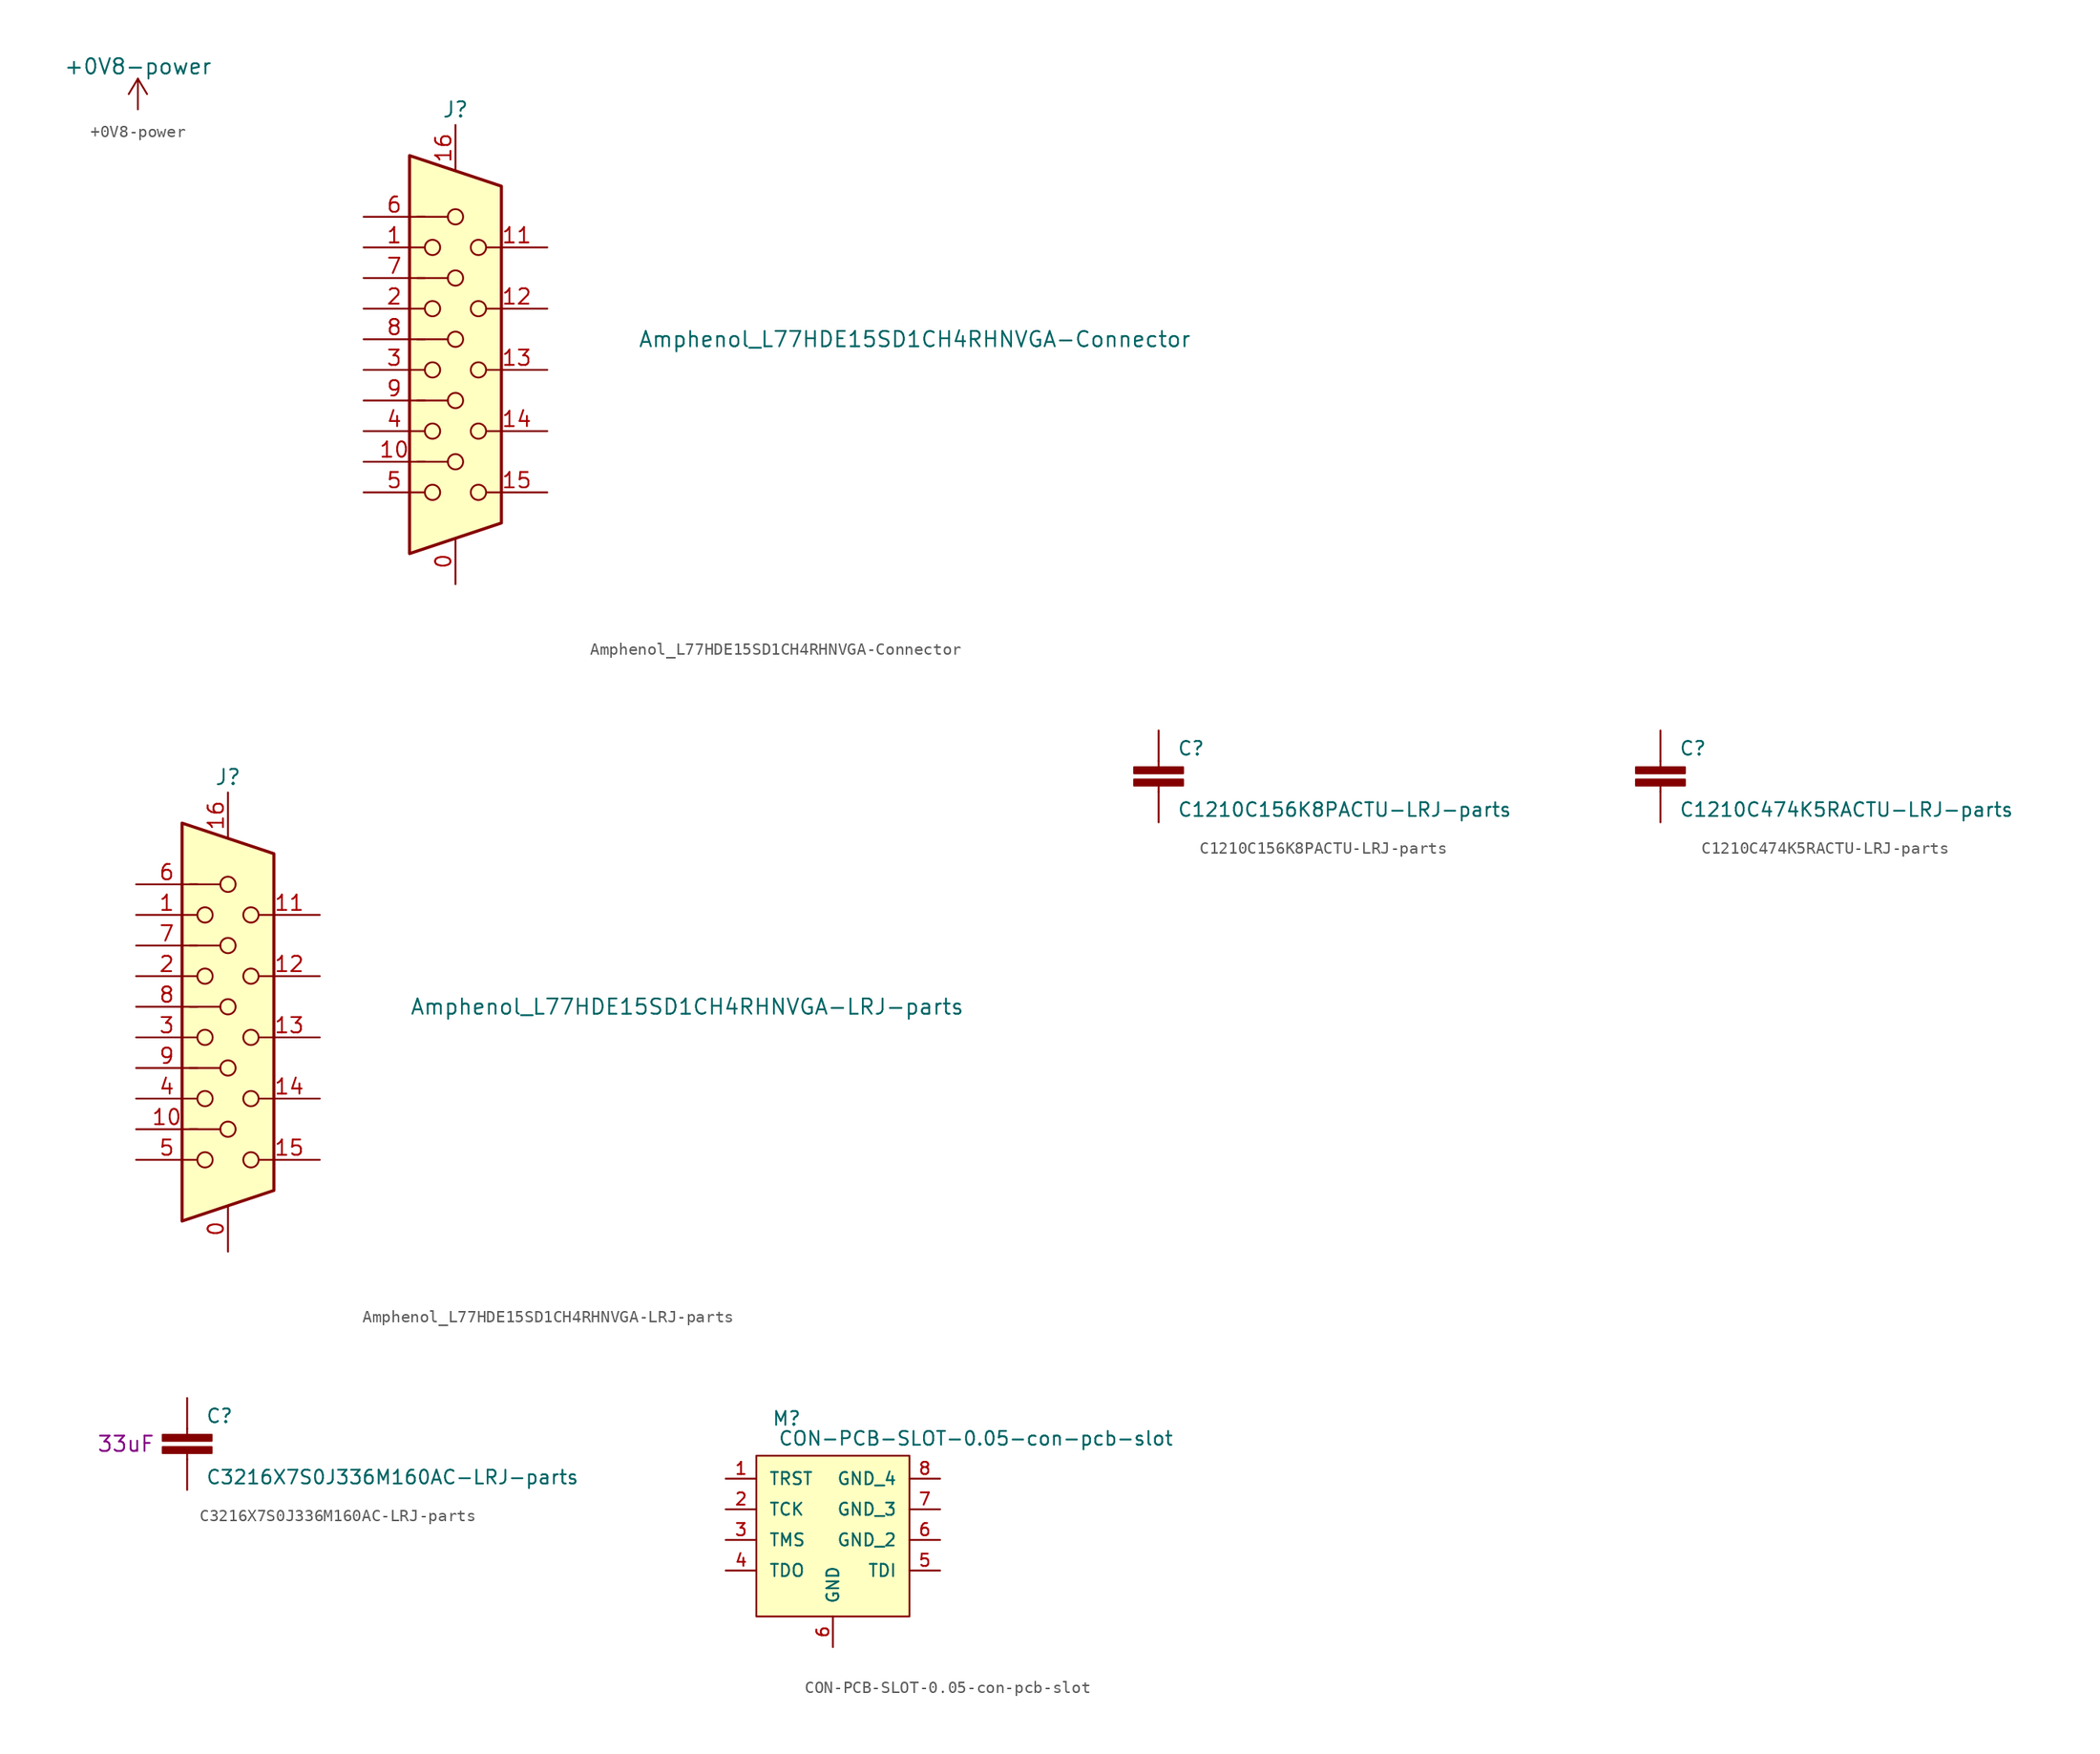
<source format=kicad_sym>
(kicad_symbol_lib
  (version 20211014)
  (generator kicad_symbol_editor)
  (symbol "+0V8-power"
    (power)
    (pin_names
      (offset 0))
    (property "Reference" "#PWR"
      (at 0 -3.81 0)
      (effects (font (size 1.27 1.27)) hide))
    (property "Value" "+0V8-power"
      (at 0 3.556 0)
      (effects (font (size 1.27 1.27))))
    (symbol "+0V8-power_1_1"
      (polyline (pts (xy -0.762 1.27) (xy 0 2.54)) (stroke (width 0) (type default) (color 0 0 0 0)) (fill (type none)))
      (polyline (pts (xy 0 0) (xy 0 2.54)) (stroke (width 0) (type default) (color 0 0 0 0)) (fill (type none)))
      (polyline (pts (xy 0 2.54) (xy 0.762 1.27)) (stroke (width 0) (type default) (color 0 0 0 0)) (fill (type none)))
      (pin power_in line (at 0 0 90) (length 0) hide (name "+0V8" (effects (font (size 1.27 1.27)))) (number "1" (effects (font (size 1.27 1.27)))))))
  (symbol "Amphenol_L77HDE15SD1CH4RHNVGA-Connector"
    (pin_names
      (offset 1.016) hide)
    (property "Reference" "J"
      (at 0 21.59 0)
      (effects (font (size 1.27 1.27))))
    (property "Value" "Amphenol_L77HDE15SD1CH4RHNVGA-Connector"
      (at 38.1 2.54 0)
      (effects (font (size 1.27 1.27))))
    (symbol "Amphenol_L77HDE15SD1CH4RHNVGA-Connector_0_1"
      (circle (center -1.905 -10.16) (radius 0.635) (stroke (width 0) (type default) (color 0 0 0 0)) (fill (type none)))
      (circle (center -1.905 -5.08) (radius 0.635) (stroke (width 0) (type default) (color 0 0 0 0)) (fill (type none)))
      (circle (center -1.905 0) (radius 0.635) (stroke (width 0) (type default) (color 0 0 0 0)) (fill (type none)))
      (circle (center -1.905 5.08) (radius 0.635) (stroke (width 0) (type default) (color 0 0 0 0)) (fill (type none)))
      (circle (center -1.905 10.16) (radius 0.635) (stroke (width 0) (type default) (color 0 0 0 0)) (fill (type none)))
      (circle (center 0 -7.62) (radius 0.635) (stroke (width 0) (type default) (color 0 0 0 0)) (fill (type none)))
      (circle (center 0 -2.54) (radius 0.635) (stroke (width 0) (type default) (color 0 0 0 0)) (fill (type none)))
      (polyline (pts (xy -3.175 7.62) (xy -0.635 7.62)) (stroke (width 0) (type default) (color 0 0 0 0)) (fill (type none)))
      (polyline (pts (xy -0.635 -7.62) (xy -3.175 -7.62)) (stroke (width 0) (type default) (color 0 0 0 0)) (fill (type none)))
      (polyline (pts (xy -0.635 -2.54) (xy -3.175 -2.54)) (stroke (width 0) (type default) (color 0 0 0 0)) (fill (type none)))
      (polyline (pts (xy -0.635 2.54) (xy -3.175 2.54)) (stroke (width 0) (type default) (color 0 0 0 0)) (fill (type none)))
      (polyline (pts (xy -0.635 12.7) (xy -3.175 12.7)) (stroke (width 0) (type default) (color 0 0 0 0)) (fill (type none)))
      (polyline (pts (xy -3.81 17.78) (xy -3.81 -15.24) (xy 3.81 -12.7) (xy 3.81 15.24) (xy -3.81 17.78)) (stroke (width 0.254) (type default) (color 0 0 0 0)) (fill (type background)))
      (circle (center 0 2.54) (radius 0.635) (stroke (width 0) (type default) (color 0 0 0 0)) (fill (type none)))
      (circle (center 0 7.62) (radius 0.635) (stroke (width 0) (type default) (color 0 0 0 0)) (fill (type none)))
      (circle (center 0 12.7) (radius 0.635) (stroke (width 0) (type default) (color 0 0 0 0)) (fill (type none)))
      (circle (center 1.905 -10.16) (radius 0.635) (stroke (width 0) (type default) (color 0 0 0 0)) (fill (type none)))
      (circle (center 1.905 -5.08) (radius 0.635) (stroke (width 0) (type default) (color 0 0 0 0)) (fill (type none)))
      (circle (center 1.905 0) (radius 0.635) (stroke (width 0) (type default) (color 0 0 0 0)) (fill (type none)))
      (circle (center 1.905 5.08) (radius 0.635) (stroke (width 0) (type default) (color 0 0 0 0)) (fill (type none)))
      (circle (center 1.905 10.16) (radius 0.635) (stroke (width 0) (type default) (color 0 0 0 0)) (fill (type none))))
    (symbol "Amphenol_L77HDE15SD1CH4RHNVGA-Connector_1_1"
      (pin power_in line (at 0 -17.78 90) (length 3.81) (name "GND-2" (effects (font (size 1.27 1.27)))) (number "0" (effects (font (size 1.27 1.27)))))
      (pin passive line (at -7.62 10.16 0) (length 5.08) (name "RED" (effects (font (size 1.27 1.27)))) (number "1" (effects (font (size 1.27 1.27)))))
      (pin passive line (at -7.62 -7.62 0) (length 5.08) (name "Sync_Ret/GND" (effects (font (size 1.27 1.27)))) (number "10" (effects (font (size 1.27 1.27)))))
      (pin passive line (at 7.62 10.16 180) (length 5.08) (name "~" (effects (font (size 1.27 1.27)))) (number "11" (effects (font (size 1.27 1.27)))))
      (pin passive line (at 7.62 5.08 180) (length 5.08) (name "~" (effects (font (size 1.27 1.27)))) (number "12" (effects (font (size 1.27 1.27)))))
      (pin passive line (at 7.62 0 180) (length 5.08) (name "Hor_Sync" (effects (font (size 1.27 1.27)))) (number "13" (effects (font (size 1.27 1.27)))))
      (pin passive line (at 7.62 -5.08 180) (length 5.08) (name "Ver_Sync" (effects (font (size 1.27 1.27)))) (number "14" (effects (font (size 1.27 1.27)))))
      (pin passive line (at 7.62 -10.16 180) (length 5.08) (name "~" (effects (font (size 1.27 1.27)))) (number "15" (effects (font (size 1.27 1.27)))))
      (pin power_in line (at 0 20.32 270) (length 3.81) (name "GND-1" (effects (font (size 1.27 1.27)))) (number "16" (effects (font (size 1.27 1.27)))))
      (pin passive line (at -7.62 5.08 0) (length 5.08) (name "GREEN" (effects (font (size 1.27 1.27)))) (number "2" (effects (font (size 1.27 1.27)))))
      (pin passive line (at -7.62 0 0) (length 5.08) (name "BLUE" (effects (font (size 1.27 1.27)))) (number "3" (effects (font (size 1.27 1.27)))))
      (pin passive line (at -7.62 -5.08 0) (length 5.08) (name "ID_Bit_2" (effects (font (size 1.27 1.27)))) (number "4" (effects (font (size 1.27 1.27)))))
      (pin power_in line (at -7.62 -10.16 0) (length 5.08) (name "GND_dig" (effects (font (size 1.27 1.27)))) (number "5" (effects (font (size 1.27 1.27)))))
      (pin power_in line (at -7.62 12.7 0) (length 5.08) (name "GND_r" (effects (font (size 1.27 1.27)))) (number "6" (effects (font (size 1.27 1.27)))))
      (pin power_in line (at -7.62 7.62 0) (length 5.08) (name "GND_g" (effects (font (size 1.27 1.27)))) (number "7" (effects (font (size 1.27 1.27)))))
      (pin power_in line (at -7.62 2.54 0) (length 5.08) (name "GND_b" (effects (font (size 1.27 1.27)))) (number "8" (effects (font (size 1.27 1.27)))))
      (pin power_in line (at -7.62 -2.54 0) (length 5.08) (name "DDC_+5V" (effects (font (size 1.27 1.27)))) (number "9" (effects (font (size 1.27 1.27)))))))
  (symbol "Amphenol_L77HDE15SD1CH4RHNVGA-LRJ-parts"
    (pin_names
      (offset 1.016) hide)
    (property "Reference" "J"
      (at 0 21.59 0)
      (effects (font (size 1.27 1.27))))
    (property "Value" "Amphenol_L77HDE15SD1CH4RHNVGA-LRJ-parts"
      (at 38.1 2.54 0)
      (effects (font (size 1.27 1.27))))
    (symbol "Amphenol_L77HDE15SD1CH4RHNVGA-LRJ-parts_0_1"
      (circle (center -1.905 -10.16) (radius 0.635) (stroke (width 0) (type default) (color 0 0 0 0)) (fill (type none)))
      (circle (center -1.905 -5.08) (radius 0.635) (stroke (width 0) (type default) (color 0 0 0 0)) (fill (type none)))
      (circle (center -1.905 0) (radius 0.635) (stroke (width 0) (type default) (color 0 0 0 0)) (fill (type none)))
      (circle (center -1.905 5.08) (radius 0.635) (stroke (width 0) (type default) (color 0 0 0 0)) (fill (type none)))
      (circle (center -1.905 10.16) (radius 0.635) (stroke (width 0) (type default) (color 0 0 0 0)) (fill (type none)))
      (circle (center 0 -7.62) (radius 0.635) (stroke (width 0) (type default) (color 0 0 0 0)) (fill (type none)))
      (circle (center 0 -2.54) (radius 0.635) (stroke (width 0) (type default) (color 0 0 0 0)) (fill (type none)))
      (polyline (pts (xy -3.175 7.62) (xy -0.635 7.62)) (stroke (width 0) (type default) (color 0 0 0 0)) (fill (type none)))
      (polyline (pts (xy -0.635 -7.62) (xy -3.175 -7.62)) (stroke (width 0) (type default) (color 0 0 0 0)) (fill (type none)))
      (polyline (pts (xy -0.635 -2.54) (xy -3.175 -2.54)) (stroke (width 0) (type default) (color 0 0 0 0)) (fill (type none)))
      (polyline (pts (xy -0.635 2.54) (xy -3.175 2.54)) (stroke (width 0) (type default) (color 0 0 0 0)) (fill (type none)))
      (polyline (pts (xy -0.635 12.7) (xy -3.175 12.7)) (stroke (width 0) (type default) (color 0 0 0 0)) (fill (type none)))
      (polyline (pts (xy -3.81 17.78) (xy -3.81 -15.24) (xy 3.81 -12.7) (xy 3.81 15.24) (xy -3.81 17.78)) (stroke (width 0.254) (type default) (color 0 0 0 0)) (fill (type background)))
      (circle (center 0 2.54) (radius 0.635) (stroke (width 0) (type default) (color 0 0 0 0)) (fill (type none)))
      (circle (center 0 7.62) (radius 0.635) (stroke (width 0) (type default) (color 0 0 0 0)) (fill (type none)))
      (circle (center 0 12.7) (radius 0.635) (stroke (width 0) (type default) (color 0 0 0 0)) (fill (type none)))
      (circle (center 1.905 -10.16) (radius 0.635) (stroke (width 0) (type default) (color 0 0 0 0)) (fill (type none)))
      (circle (center 1.905 -5.08) (radius 0.635) (stroke (width 0) (type default) (color 0 0 0 0)) (fill (type none)))
      (circle (center 1.905 0) (radius 0.635) (stroke (width 0) (type default) (color 0 0 0 0)) (fill (type none)))
      (circle (center 1.905 5.08) (radius 0.635) (stroke (width 0) (type default) (color 0 0 0 0)) (fill (type none)))
      (circle (center 1.905 10.16) (radius 0.635) (stroke (width 0) (type default) (color 0 0 0 0)) (fill (type none))))
    (symbol "Amphenol_L77HDE15SD1CH4RHNVGA-LRJ-parts_1_1"
      (pin power_in line (at 0 -17.78 90) (length 3.81) (name "GND-2" (effects (font (size 1.27 1.27)))) (number "0" (effects (font (size 1.27 1.27)))))
      (pin passive line (at -7.62 10.16 0) (length 5.08) (name "RED" (effects (font (size 1.27 1.27)))) (number "1" (effects (font (size 1.27 1.27)))))
      (pin passive line (at -7.62 -7.62 0) (length 5.08) (name "Sync_Ret/GND" (effects (font (size 1.27 1.27)))) (number "10" (effects (font (size 1.27 1.27)))))
      (pin passive line (at 7.62 10.16 180) (length 5.08) (name "~" (effects (font (size 1.27 1.27)))) (number "11" (effects (font (size 1.27 1.27)))))
      (pin passive line (at 7.62 5.08 180) (length 5.08) (name "~" (effects (font (size 1.27 1.27)))) (number "12" (effects (font (size 1.27 1.27)))))
      (pin passive line (at 7.62 0 180) (length 5.08) (name "Hor_Sync" (effects (font (size 1.27 1.27)))) (number "13" (effects (font (size 1.27 1.27)))))
      (pin passive line (at 7.62 -5.08 180) (length 5.08) (name "Ver_Sync" (effects (font (size 1.27 1.27)))) (number "14" (effects (font (size 1.27 1.27)))))
      (pin passive line (at 7.62 -10.16 180) (length 5.08) (name "~" (effects (font (size 1.27 1.27)))) (number "15" (effects (font (size 1.27 1.27)))))
      (pin power_in line (at 0 20.32 270) (length 3.81) (name "GND-1" (effects (font (size 1.27 1.27)))) (number "16" (effects (font (size 1.27 1.27)))))
      (pin passive line (at -7.62 5.08 0) (length 5.08) (name "GREEN" (effects (font (size 1.27 1.27)))) (number "2" (effects (font (size 1.27 1.27)))))
      (pin passive line (at -7.62 0 0) (length 5.08) (name "BLUE" (effects (font (size 1.27 1.27)))) (number "3" (effects (font (size 1.27 1.27)))))
      (pin passive line (at -7.62 -5.08 0) (length 5.08) (name "ID_Bit_2" (effects (font (size 1.27 1.27)))) (number "4" (effects (font (size 1.27 1.27)))))
      (pin power_in line (at -7.62 -10.16 0) (length 5.08) (name "GND_dig" (effects (font (size 1.27 1.27)))) (number "5" (effects (font (size 1.27 1.27)))))
      (pin power_in line (at -7.62 12.7 0) (length 5.08) (name "GND_r" (effects (font (size 1.27 1.27)))) (number "6" (effects (font (size 1.27 1.27)))))
      (pin power_in line (at -7.62 7.62 0) (length 5.08) (name "GND_g" (effects (font (size 1.27 1.27)))) (number "7" (effects (font (size 1.27 1.27)))))
      (pin power_in line (at -7.62 2.54 0) (length 5.08) (name "GND_b" (effects (font (size 1.27 1.27)))) (number "8" (effects (font (size 1.27 1.27)))))
      (pin power_in line (at -7.62 -2.54 0) (length 5.08) (name "DDC_+5V" (effects (font (size 1.27 1.27)))) (number "9" (effects (font (size 1.27 1.27)))))))
  (symbol "C1210C156K8PACTU-LRJ-parts"
    (pin_numbers hide)
    (pin_names
      (offset 1.016) hide)
    (property "Reference" "C"
      (at 1.524 2.921 0)
      (effects (font (size 1.143 1.143)) (justify left bottom)))
    (property "Value" "C1210C156K8PACTU-LRJ-parts"
      (at 1.524 -2.159 0)
      (effects (font (size 1.143 1.143)) (justify left bottom)))
    (symbol "C1210C156K8PACTU-LRJ-parts_1_0"
      (polyline (pts (xy 0 0) (xy 0 0.508)) (stroke (width 0) (type default) (color 0 0 0 0)) (fill (type none)))
      (polyline (pts (xy 0 2.54) (xy 0 2.032)) (stroke (width 0) (type default) (color 0 0 0 0)) (fill (type none))))
    (symbol "C1210C156K8PACTU-LRJ-parts_1_1"
      (rectangle (start -2.032 0.508) (end 2.032 1.016) (stroke (width 0) (type default) (color 0 0 0 0)) (fill (type outline)))
      (rectangle (start -2.032 1.524) (end 2.032 2.032) (stroke (width 0) (type default) (color 0 0 0 0)) (fill (type outline)))
      (pin passive line (at 0 5.08 270) (length 2.54) (name "1" (effects (font (size 1.016 1.016)))) (number "1" (effects (font (size 1.016 1.016)))))
      (pin passive line (at 0 -2.54 90) (length 2.54) (name "2" (effects (font (size 1.016 1.016)))) (number "2" (effects (font (size 1.016 1.016)))))))
  (symbol "C1210C474K5RACTU-LRJ-parts"
    (pin_numbers hide)
    (pin_names
      (offset 1.016) hide)
    (property "Reference" "C"
      (at 1.524 2.921 0)
      (effects (font (size 1.143 1.143)) (justify left bottom)))
    (property "Value" "C1210C474K5RACTU-LRJ-parts"
      (at 1.524 -2.159 0)
      (effects (font (size 1.143 1.143)) (justify left bottom)))
    (symbol "C1210C474K5RACTU-LRJ-parts_1_0"
      (polyline (pts (xy 0 0) (xy 0 0.508)) (stroke (width 0) (type default) (color 0 0 0 0)) (fill (type none)))
      (polyline (pts (xy 0 2.54) (xy 0 2.032)) (stroke (width 0) (type default) (color 0 0 0 0)) (fill (type none))))
    (symbol "C1210C474K5RACTU-LRJ-parts_1_1"
      (rectangle (start -2.032 0.508) (end 2.032 1.016) (stroke (width 0) (type default) (color 0 0 0 0)) (fill (type outline)))
      (rectangle (start -2.032 1.524) (end 2.032 2.032) (stroke (width 0) (type default) (color 0 0 0 0)) (fill (type outline)))
      (pin passive line (at 0 5.08 270) (length 2.54) (name "1" (effects (font (size 1.016 1.016)))) (number "1" (effects (font (size 1.016 1.016)))))
      (pin passive line (at 0 -2.54 90) (length 2.54) (name "2" (effects (font (size 1.016 1.016)))) (number "2" (effects (font (size 1.016 1.016)))))))
  (symbol "C3216X7S0J336M160AC-LRJ-parts"
    (pin_numbers hide)
    (pin_names
      (offset 1.016) hide)
    (property "Reference" "C"
      (at 1.524 2.921 0)
      (effects (font (size 1.143 1.143)) (justify left bottom)))
    (property "Value" "C3216X7S0J336M160AC-LRJ-parts"
      (at 1.524 -2.159 0)
      (effects (font (size 1.143 1.143)) (justify left bottom)))
    (property "Capacitance" "33uF"
      (at -5.08 1.27 0)
      (effects (font (size 1.27 1.27))))
    (symbol "C3216X7S0J336M160AC-LRJ-parts_1_0"
      (polyline (pts (xy 0 0) (xy 0 0.508)) (stroke (width 0) (type default) (color 0 0 0 0)) (fill (type none)))
      (polyline (pts (xy 0 2.54) (xy 0 2.032)) (stroke (width 0) (type default) (color 0 0 0 0)) (fill (type none))))
    (symbol "C3216X7S0J336M160AC-LRJ-parts_1_1"
      (rectangle (start -2.032 0.508) (end 2.032 1.016) (stroke (width 0) (type default) (color 0 0 0 0)) (fill (type outline)))
      (rectangle (start -2.032 1.524) (end 2.032 2.032) (stroke (width 0) (type default) (color 0 0 0 0)) (fill (type outline)))
      (pin passive line (at 0 5.08 270) (length 2.54) (name "1" (effects (font (size 1.016 1.016)))) (number "1" (effects (font (size 1.016 1.016)))))
      (pin passive line (at 0 -2.54 90) (length 2.54) (name "2" (effects (font (size 1.016 1.016)))) (number "2" (effects (font (size 1.016 1.016)))))))
  (symbol "CON-PCB-SLOT-0.05-con-pcb-slot"
    (pin_names
      (offset 1.016))
    (property "Reference" "M"
      (at -5.08 8.128 0)
      (effects (font (size 1.143 1.143)) (justify left bottom)))
    (property "Value" "CON-PCB-SLOT-0.05-con-pcb-slot"
      (at -4.572 6.477 0)
      (effects (font (size 1.143 1.143)) (justify left bottom)))
    (symbol "CON-PCB-SLOT-0.05-con-pcb-slot_0_1"
      (rectangle (start -6.35 5.715) (end 6.35 -7.62) (stroke (width 0) (type default) (color 0 0 0 0)) (fill (type background))))
    (symbol "CON-PCB-SLOT-0.05-con-pcb-slot_1_1"
      (pin input line (at -8.89 3.81 0) (length 2.54) (name "TRST" (effects (font (size 1.016 1.016)))) (number "1" (effects (font (size 1.016 1.016)))))
      (pin input line (at -8.89 1.27 0) (length 2.54) (name "TCK" (effects (font (size 1.016 1.016)))) (number "2" (effects (font (size 1.016 1.016)))))
      (pin input line (at -8.89 -1.27 0) (length 2.54) (name "TMS" (effects (font (size 1.016 1.016)))) (number "3" (effects (font (size 1.016 1.016)))))
      (pin output line (at -8.89 -3.81 0) (length 2.54) (name "TDO" (effects (font (size 1.016 1.016)))) (number "4" (effects (font (size 1.016 1.016)))))
      (pin input line (at 8.89 -3.81 180) (length 2.54) (name "TDI" (effects (font (size 1.016 1.016)))) (number "5" (effects (font (size 1.016 1.016)))))
      (pin power_in line (at 0 -10.16 90) (length 2.54) (name "GND" (effects (font (size 0.991 0.991)))) (number "6" (effects (font (size 0.991 0.991)))))
      (pin passive line (at 8.89 -1.27 180) (length 2.54) (name "GND_2" (effects (font (size 1.016 1.016)))) (number "6" (effects (font (size 1.016 1.016)))))
      (pin passive line (at 8.89 1.27 180) (length 2.54) (name "GND_3" (effects (font (size 1.016 1.016)))) (number "7" (effects (font (size 1.016 1.016)))))
      (pin passive line (at 8.89 3.81 180) (length 2.54) (name "GND_4" (effects (font (size 1.016 1.016)))) (number "8" (effects (font (size 1.016 1.016))))))))
</source>
